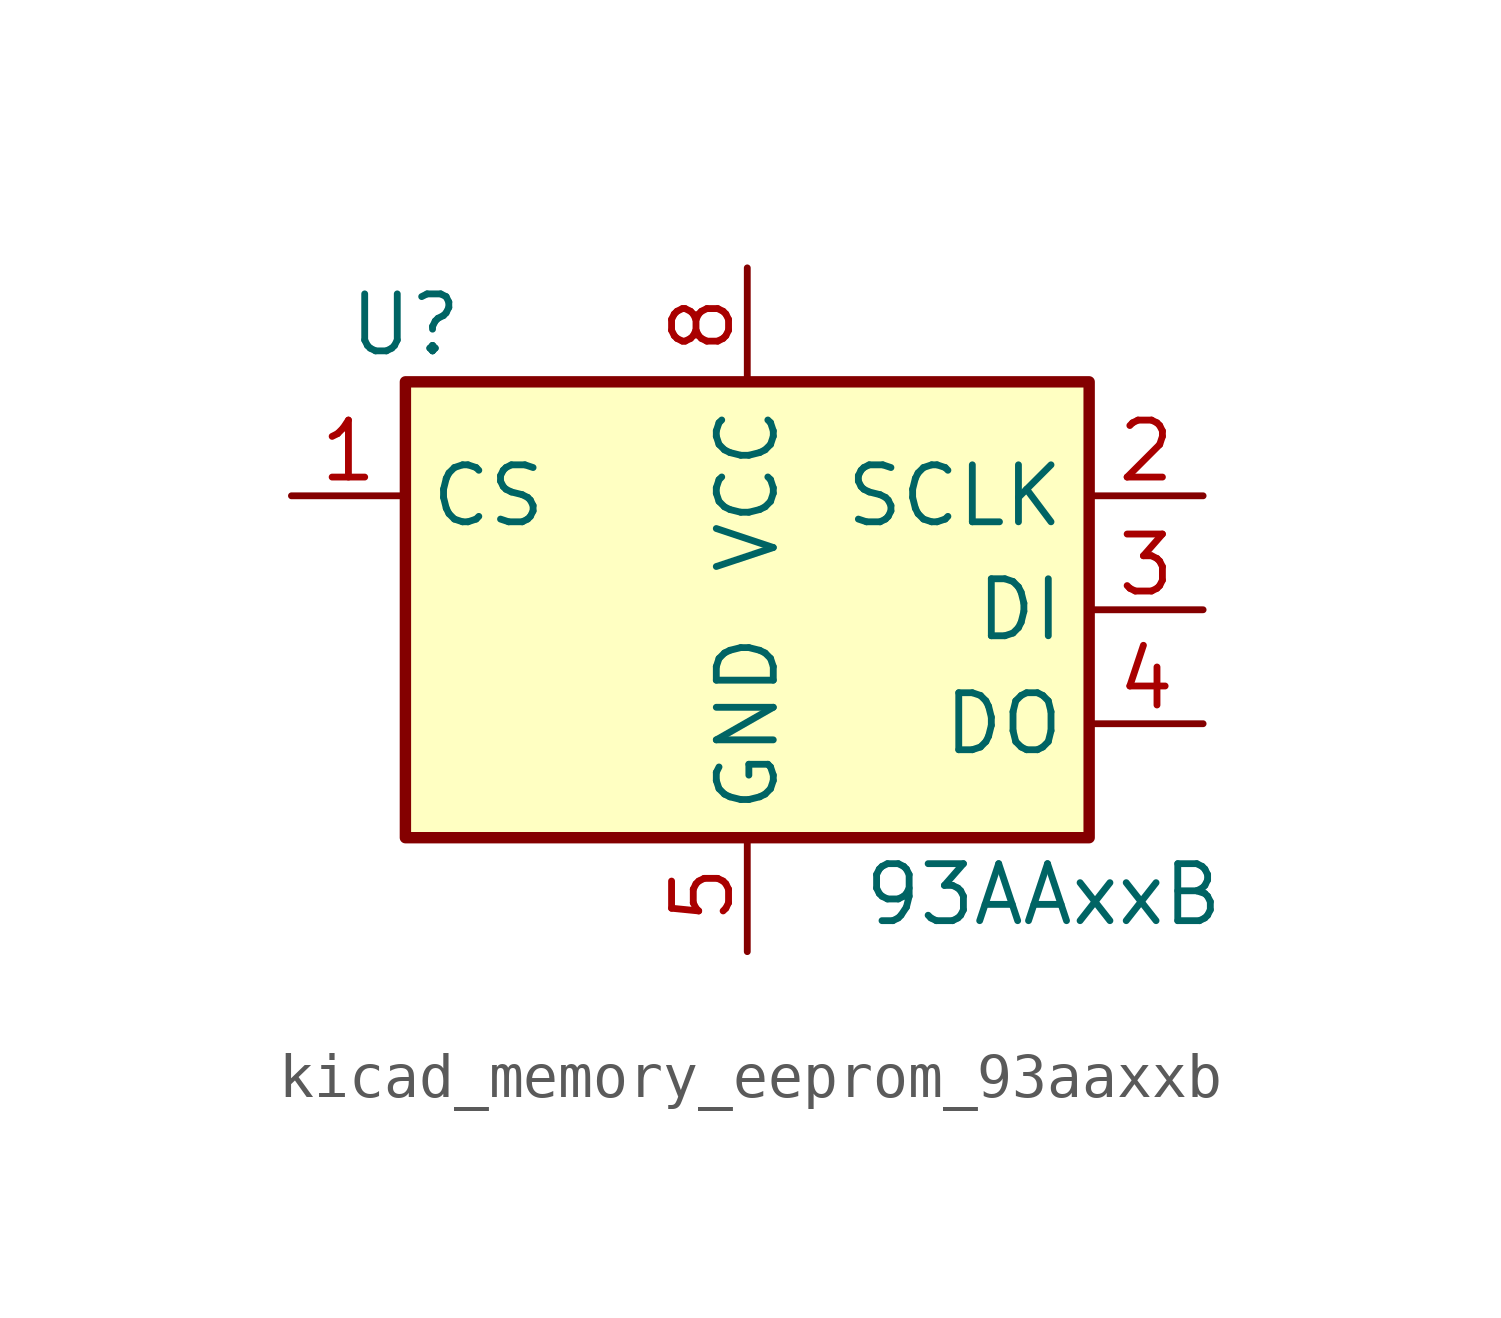
<source format=kicad_sym>
(kicad_symbol_lib
  (version 20220914)
  (generator kicad_symbol_editor)
  (symbol "kicad_memory_eeprom_93aaxxb"
    (property "Reference" "U"
      (at -7.62 6.35 0)
      (effects (font (size 1.27 1.27))))
    (property "Value" "93AAxxB"
      (at 2.54 -6.35 0)
      (effects (font (size 1.27 1.27)) (justify left)))
    (symbol "kicad_memory_eeprom_93aaxxb_1_1"
      (rectangle (start -7.62 5.08) (end 7.62 -5.08) (stroke (width 0.254) (type default)) (fill (type background)))
      (pin input line (at -10.16 2.54 0) (length 2.54) (name "CS" (effects (font (size 1.27 1.27)))) (number "1" (effects (font (size 1.27 1.27)))))
      (pin input line (at 10.16 2.54 180) (length 2.54) (name "SCLK" (effects (font (size 1.27 1.27)))) (number "2" (effects (font (size 1.27 1.27)))))
      (pin input line (at 10.16 0 180) (length 2.54) (name "DI" (effects (font (size 1.27 1.27)))) (number "3" (effects (font (size 1.27 1.27)))))
      (pin tri_state line (at 10.16 -2.54 180) (length 2.54) (name "DO" (effects (font (size 1.27 1.27)))) (number "4" (effects (font (size 1.27 1.27)))))
      (pin power_in line (at 0 -7.62 90) (length 2.54) (name "GND" (effects (font (size 1.27 1.27)))) (number "5" (effects (font (size 1.27 1.27)))))
      (pin no_connect line (at -7.62 0 0) (length 2.54) hide (name "NC" (effects (font (size 1.27 1.27)))) (number "6" (effects (font (size 1.27 1.27)))))
      (pin no_connect line (at -7.62 -2.54 0) (length 2.54) hide (name "NC" (effects (font (size 1.27 1.27)))) (number "7" (effects (font (size 1.27 1.27)))))
      (pin power_in line (at 0 7.62 270) (length 2.54) (name "VCC" (effects (font (size 1.27 1.27)))) (number "8" (effects (font (size 1.27 1.27))))))))
</source>
